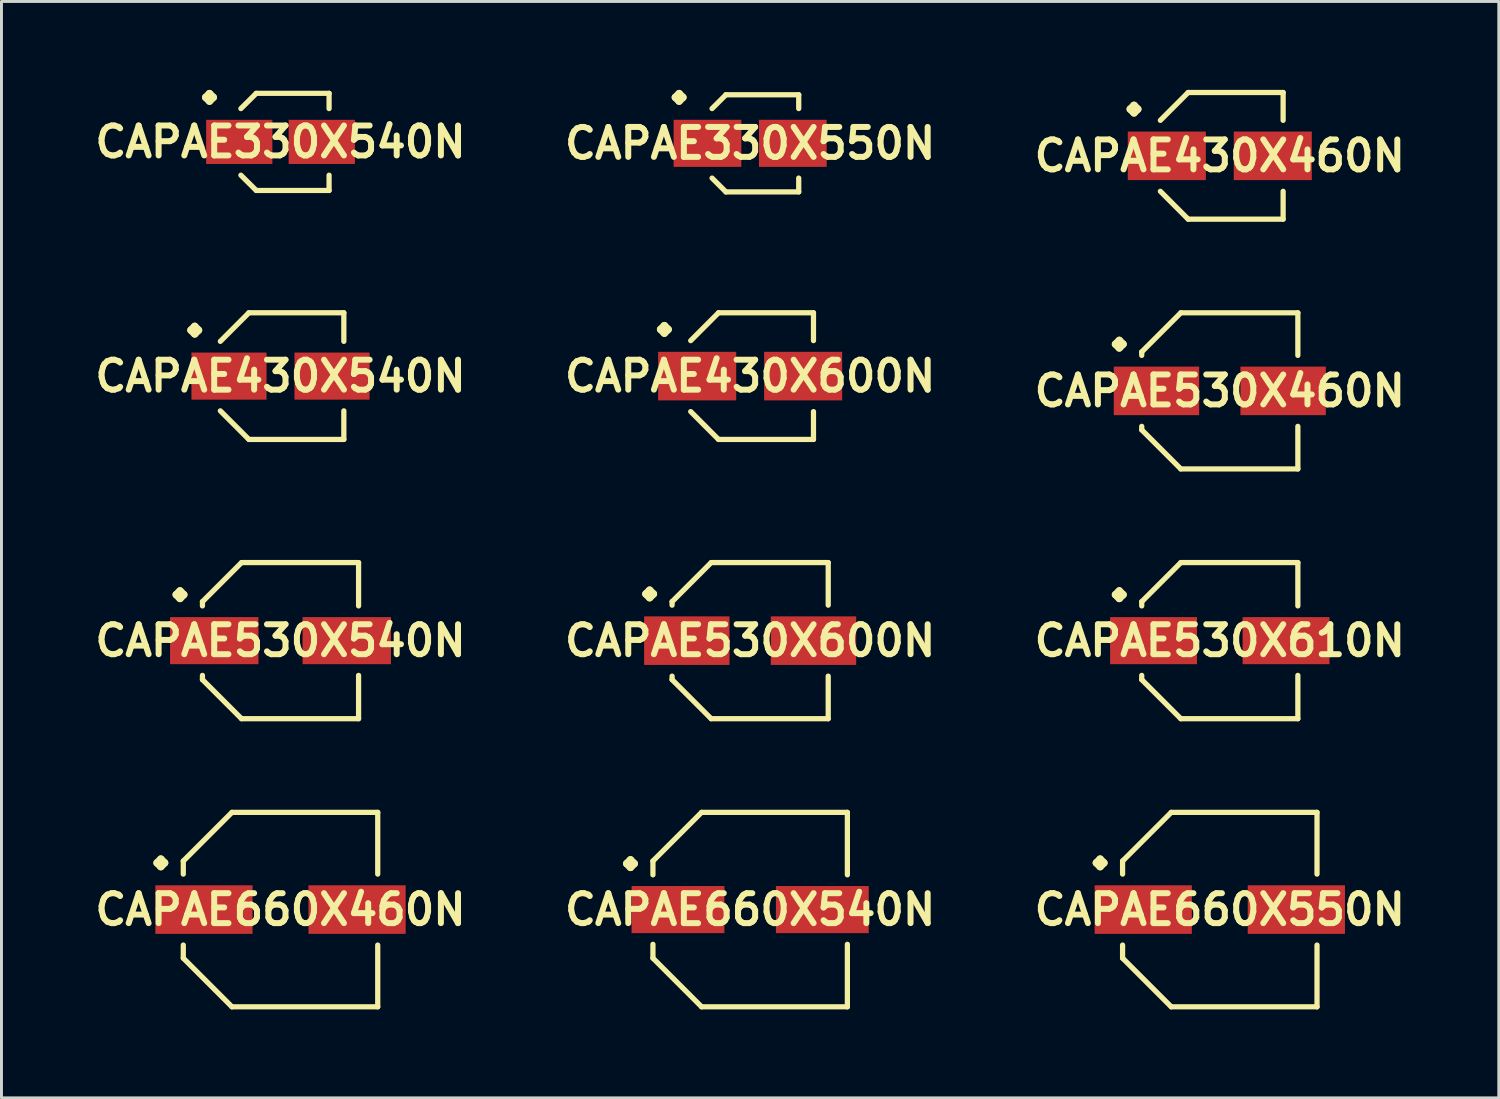
<source format=kicad_pcb>
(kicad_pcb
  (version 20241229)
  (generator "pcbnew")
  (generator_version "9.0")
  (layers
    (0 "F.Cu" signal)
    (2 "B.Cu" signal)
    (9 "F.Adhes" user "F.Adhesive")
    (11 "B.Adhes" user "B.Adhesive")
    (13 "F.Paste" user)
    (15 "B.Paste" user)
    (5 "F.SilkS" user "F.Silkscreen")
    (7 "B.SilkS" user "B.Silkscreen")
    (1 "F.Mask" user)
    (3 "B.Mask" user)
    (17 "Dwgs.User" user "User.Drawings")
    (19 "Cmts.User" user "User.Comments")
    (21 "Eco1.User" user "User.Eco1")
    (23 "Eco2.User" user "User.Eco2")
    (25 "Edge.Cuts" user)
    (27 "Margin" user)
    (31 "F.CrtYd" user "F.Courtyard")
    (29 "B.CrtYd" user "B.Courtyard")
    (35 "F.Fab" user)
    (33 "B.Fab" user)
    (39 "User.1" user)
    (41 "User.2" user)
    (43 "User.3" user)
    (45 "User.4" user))
  (footprint "CAPAE530X540N"
    (layer "F.Cu")
    (at 6.469 18.69)
    (property "Reference" "CAPAE530X540N" (at 0 0 0) (layer "F.SilkS") (effects (font (size 1.016 1.016) (thickness 0.203))))
    (attr smd)
    (fp_line (start -3.538 -1.56) (end -3.411 -1.687) (stroke (width 0.254) (type solid)) (layer "F.SilkS"))
    (fp_line (start -3.411 -1.687) (end -3.284 -1.56) (stroke (width 0.254) (type solid)) (layer "F.SilkS"))
    (fp_line (start -3.411 -1.433) (end -3.538 -1.56) (stroke (width 0.254) (type solid)) (layer "F.SilkS"))
    (fp_line (start -3.284 -1.56) (end -3.411 -1.433) (stroke (width 0.254) (type solid)) (layer "F.SilkS"))
    (fp_line (start -2.649 -1.323) (end -2.649 -1.179) (stroke (width 0.178) (type solid)) (layer "F.SilkS"))
    (fp_line (start -2.649 1.323) (end -2.649 1.179) (stroke (width 0.178) (type solid)) (layer "F.SilkS"))
    (fp_line (start -1.323 -2.649) (end -2.649 -1.323) (stroke (width 0.178) (type solid)) (layer "F.SilkS"))
    (fp_line (start -1.323 2.649) (end -2.649 1.323) (stroke (width 0.178) (type solid)) (layer "F.SilkS"))
    (fp_line (start 2.649 -2.649) (end -1.323 -2.649) (stroke (width 0.178) (type solid)) (layer "F.SilkS"))
    (fp_line (start 2.649 -1.179) (end 2.649 -2.649) (stroke (width 0.178) (type solid)) (layer "F.SilkS"))
    (fp_line (start 2.649 1.179) (end 2.649 2.649) (stroke (width 0.178) (type solid)) (layer "F.SilkS"))
    (fp_line (start 2.649 2.649) (end -1.323 2.649) (stroke (width 0.178) (type solid)) (layer "F.SilkS"))
    (pad "1" smd rect (at -2.248 0) (size 3 1.598) (layers "F.Cu" "F.Mask" "F.Paste"))
    (pad "2" smd rect (at 2.248 0) (size 3 1.598) (layers "F.Cu" "F.Mask" "F.Paste")))
  (footprint "CAPAE530X460N"
    (layer "F.Cu")
    (at 38.343 10.214)
    (property "Reference" "CAPAE530X460N" (at 0 0 0) (layer "F.SilkS") (effects (font (size 1.016 1.016) (thickness 0.203))))
    (attr smd)
    (fp_line (start -3.538 -1.585) (end -3.411 -1.712) (stroke (width 0.254) (type solid)) (layer "F.SilkS"))
    (fp_line (start -3.411 -1.712) (end -3.284 -1.585) (stroke (width 0.254) (type solid)) (layer "F.SilkS"))
    (fp_line (start -3.411 -1.458) (end -3.538 -1.585) (stroke (width 0.254) (type solid)) (layer "F.SilkS"))
    (fp_line (start -3.284 -1.585) (end -3.411 -1.458) (stroke (width 0.254) (type solid)) (layer "F.SilkS"))
    (fp_line (start -2.649 -1.323) (end -2.649 -1.204) (stroke (width 0.178) (type solid)) (layer "F.SilkS"))
    (fp_line (start -2.649 1.323) (end -2.649 1.204) (stroke (width 0.178) (type solid)) (layer "F.SilkS"))
    (fp_line (start -1.323 -2.649) (end -2.649 -1.323) (stroke (width 0.178) (type solid)) (layer "F.SilkS"))
    (fp_line (start -1.323 2.649) (end -2.649 1.323) (stroke (width 0.178) (type solid)) (layer "F.SilkS"))
    (fp_line (start 2.649 -2.649) (end -1.323 -2.649) (stroke (width 0.178) (type solid)) (layer "F.SilkS"))
    (fp_line (start 2.649 -1.204) (end 2.649 -2.649) (stroke (width 0.178) (type solid)) (layer "F.SilkS"))
    (fp_line (start 2.649 1.204) (end 2.649 2.649) (stroke (width 0.178) (type solid)) (layer "F.SilkS"))
    (fp_line (start 2.649 2.649) (end -1.323 2.649) (stroke (width 0.178) (type solid)) (layer "F.SilkS"))
    (pad "1" smd rect (at -2.149 0) (size 2.898 1.648) (layers "F.Cu" "F.Mask" "F.Paste"))
    (pad "2" smd rect (at 2.149 0) (size 2.898 1.648) (layers "F.Cu" "F.Mask" "F.Paste")))
  (footprint "CAPAE430X540N"
    (layer "F.Cu")
    (at 6.469 9.713)
    (property "Reference" "CAPAE430X540N" (at 0 0 0) (layer "F.SilkS") (effects (font (size 1.016 1.016) (thickness 0.203))))
    (attr smd)
    (fp_line (start -3.038 -1.56) (end -2.911 -1.687) (stroke (width 0.254) (type solid)) (layer "F.SilkS"))
    (fp_line (start -2.911 -1.687) (end -2.784 -1.56) (stroke (width 0.254) (type solid)) (layer "F.SilkS"))
    (fp_line (start -2.911 -1.433) (end -3.038 -1.56) (stroke (width 0.254) (type solid)) (layer "F.SilkS"))
    (fp_line (start -2.784 -1.56) (end -2.911 -1.433) (stroke (width 0.254) (type solid)) (layer "F.SilkS"))
    (fp_line (start -1.074 -2.149) (end -2.042 -1.179) (stroke (width 0.178) (type solid)) (layer "F.SilkS"))
    (fp_line (start -1.074 2.149) (end -2.042 1.179) (stroke (width 0.178) (type solid)) (layer "F.SilkS"))
    (fp_line (start 2.149 -2.149) (end -1.074 -2.149) (stroke (width 0.178) (type solid)) (layer "F.SilkS"))
    (fp_line (start 2.149 -1.179) (end 2.149 -2.149) (stroke (width 0.178) (type solid)) (layer "F.SilkS"))
    (fp_line (start 2.149 1.179) (end 2.149 2.149) (stroke (width 0.178) (type solid)) (layer "F.SilkS"))
    (fp_line (start 2.149 2.149) (end -1.074 2.149) (stroke (width 0.178) (type solid)) (layer "F.SilkS"))
    (pad "1" smd rect (at -1.748 0) (size 2.548 1.598) (layers "F.Cu" "F.Mask" "F.Paste"))
    (pad "2" smd rect (at 1.748 0) (size 2.548 1.598) (layers "F.Cu" "F.Mask" "F.Paste")))
  (footprint "CAPAE660X460N"
    (layer "F.Cu")
    (at 6.469 27.816)
    (property "Reference" "CAPAE660X460N" (at 0 0 0) (layer "F.SilkS") (effects (font (size 1.016 1.016) (thickness 0.203))))
    (attr smd)
    (fp_line (start -4.188 -1.585) (end -4.061 -1.712) (stroke (width 0.254) (type solid)) (layer "F.SilkS"))
    (fp_line (start -4.061 -1.712) (end -3.934 -1.585) (stroke (width 0.254) (type solid)) (layer "F.SilkS"))
    (fp_line (start -4.061 -1.458) (end -4.188 -1.585) (stroke (width 0.254) (type solid)) (layer "F.SilkS"))
    (fp_line (start -3.934 -1.585) (end -4.061 -1.458) (stroke (width 0.254) (type solid)) (layer "F.SilkS"))
    (fp_line (start -3.299 -1.648) (end -3.299 -1.204) (stroke (width 0.178) (type solid)) (layer "F.SilkS"))
    (fp_line (start -3.299 1.648) (end -3.299 1.204) (stroke (width 0.178) (type solid)) (layer "F.SilkS"))
    (fp_line (start -1.648 -3.299) (end -3.299 -1.648) (stroke (width 0.178) (type solid)) (layer "F.SilkS"))
    (fp_line (start -1.648 3.299) (end -3.299 1.648) (stroke (width 0.178) (type solid)) (layer "F.SilkS"))
    (fp_line (start 3.299 -3.299) (end -1.648 -3.299) (stroke (width 0.178) (type solid)) (layer "F.SilkS"))
    (fp_line (start 3.299 -1.204) (end 3.299 -3.299) (stroke (width 0.178) (type solid)) (layer "F.SilkS"))
    (fp_line (start 3.299 1.204) (end 3.299 3.299) (stroke (width 0.178) (type solid)) (layer "F.SilkS"))
    (fp_line (start 3.299 3.299) (end -1.648 3.299) (stroke (width 0.178) (type solid)) (layer "F.SilkS"))
    (pad "1" smd rect (at -2.598 0) (size 3.299 1.648) (layers "F.Cu" "F.Mask" "F.Paste"))
    (pad "2" smd rect (at 2.598 0) (size 3.299 1.648) (layers "F.Cu" "F.Mask" "F.Paste")))
  (footprint "CAPAE330X550N"
    (layer "F.Cu")
    (at 22.406 1.814)
    (property "Reference" "CAPAE330X550N" (at 0 0 0) (layer "F.SilkS") (effects (font (size 1.016 1.016) (thickness 0.203))))
    (attr smd)
    (fp_line (start -2.537 -1.56) (end -2.41 -1.687) (stroke (width 0.254) (type solid)) (layer "F.SilkS"))
    (fp_line (start -2.41 -1.687) (end -2.283 -1.56) (stroke (width 0.254) (type solid)) (layer "F.SilkS"))
    (fp_line (start -2.41 -1.433) (end -2.537 -1.56) (stroke (width 0.254) (type solid)) (layer "F.SilkS"))
    (fp_line (start -2.283 -1.56) (end -2.41 -1.433) (stroke (width 0.254) (type solid)) (layer "F.SilkS"))
    (fp_line (start -0.823 -1.648) (end -1.293 -1.179) (stroke (width 0.178) (type solid)) (layer "F.SilkS"))
    (fp_line (start -0.823 1.648) (end -1.293 1.179) (stroke (width 0.178) (type solid)) (layer "F.SilkS"))
    (fp_line (start 1.648 -1.648) (end -0.823 -1.648) (stroke (width 0.178) (type solid)) (layer "F.SilkS"))
    (fp_line (start 1.648 -1.179) (end 1.648 -1.648) (stroke (width 0.178) (type solid)) (layer "F.SilkS"))
    (fp_line (start 1.648 1.179) (end 1.648 1.648) (stroke (width 0.178) (type solid)) (layer "F.SilkS"))
    (fp_line (start 1.648 1.648) (end -0.823 1.648) (stroke (width 0.178) (type solid)) (layer "F.SilkS"))
    (pad "1" smd rect (at -1.448 0) (size 2.299 1.598) (layers "F.Cu" "F.Mask" "F.Paste"))
    (pad "2" smd rect (at 1.448 0) (size 2.299 1.598) (layers "F.Cu" "F.Mask" "F.Paste")))
  (footprint "CAPAE660X540N"
    (layer "F.Cu")
    (at 22.406 27.816)
    (property "Reference" "CAPAE660X540N" (at 0 0 0) (layer "F.SilkS") (effects (font (size 1.016 1.016) (thickness 0.203))))
    (attr smd)
    (fp_line (start -4.188 -1.56) (end -4.061 -1.687) (stroke (width 0.254) (type solid)) (layer "F.SilkS"))
    (fp_line (start -4.061 -1.687) (end -3.934 -1.56) (stroke (width 0.254) (type solid)) (layer "F.SilkS"))
    (fp_line (start -4.061 -1.433) (end -4.188 -1.56) (stroke (width 0.254) (type solid)) (layer "F.SilkS"))
    (fp_line (start -3.934 -1.56) (end -4.061 -1.433) (stroke (width 0.254) (type solid)) (layer "F.SilkS"))
    (fp_line (start -3.299 -1.648) (end -3.299 -1.179) (stroke (width 0.178) (type solid)) (layer "F.SilkS"))
    (fp_line (start -3.299 1.648) (end -3.299 1.179) (stroke (width 0.178) (type solid)) (layer "F.SilkS"))
    (fp_line (start -1.648 -3.299) (end -3.299 -1.648) (stroke (width 0.178) (type solid)) (layer "F.SilkS"))
    (fp_line (start -1.648 3.299) (end -3.299 1.648) (stroke (width 0.178) (type solid)) (layer "F.SilkS"))
    (fp_line (start 3.299 -3.299) (end -1.648 -3.299) (stroke (width 0.178) (type solid)) (layer "F.SilkS"))
    (fp_line (start 3.299 -1.179) (end 3.299 -3.299) (stroke (width 0.178) (type solid)) (layer "F.SilkS"))
    (fp_line (start 3.299 1.179) (end 3.299 3.299) (stroke (width 0.178) (type solid)) (layer "F.SilkS"))
    (fp_line (start 3.299 3.299) (end -1.648 3.299) (stroke (width 0.178) (type solid)) (layer "F.SilkS"))
    (pad "1" smd rect (at -2.449 0) (size 3.15 1.598) (layers "F.Cu" "F.Mask" "F.Paste"))
    (pad "2" smd rect (at 2.449 0) (size 3.15 1.598) (layers "F.Cu" "F.Mask" "F.Paste")))
  (footprint "CAPAE530X600N"
    (layer "F.Cu")
    (at 22.406 18.69)
    (property "Reference" "CAPAE530X600N" (at 0 0 0) (layer "F.SilkS") (effects (font (size 1.016 1.016) (thickness 0.203))))
    (attr smd)
    (fp_line (start -3.538 -1.585) (end -3.411 -1.712) (stroke (width 0.254) (type solid)) (layer "F.SilkS"))
    (fp_line (start -3.411 -1.712) (end -3.284 -1.585) (stroke (width 0.254) (type solid)) (layer "F.SilkS"))
    (fp_line (start -3.411 -1.458) (end -3.538 -1.585) (stroke (width 0.254) (type solid)) (layer "F.SilkS"))
    (fp_line (start -3.284 -1.585) (end -3.411 -1.458) (stroke (width 0.254) (type solid)) (layer "F.SilkS"))
    (fp_line (start -2.649 -1.323) (end -2.649 -1.204) (stroke (width 0.178) (type solid)) (layer "F.SilkS"))
    (fp_line (start -2.649 1.323) (end -2.649 1.204) (stroke (width 0.178) (type solid)) (layer "F.SilkS"))
    (fp_line (start -1.323 -2.649) (end -2.649 -1.323) (stroke (width 0.178) (type solid)) (layer "F.SilkS"))
    (fp_line (start -1.323 2.649) (end -2.649 1.323) (stroke (width 0.178) (type solid)) (layer "F.SilkS"))
    (fp_line (start 2.649 -2.649) (end -1.323 -2.649) (stroke (width 0.178) (type solid)) (layer "F.SilkS"))
    (fp_line (start 2.649 -1.204) (end 2.649 -2.649) (stroke (width 0.178) (type solid)) (layer "F.SilkS"))
    (fp_line (start 2.649 1.204) (end 2.649 2.649) (stroke (width 0.178) (type solid)) (layer "F.SilkS"))
    (fp_line (start 2.649 2.649) (end -1.323 2.649) (stroke (width 0.178) (type solid)) (layer "F.SilkS"))
    (pad "1" smd rect (at -2.149 0) (size 2.898 1.648) (layers "F.Cu" "F.Mask" "F.Paste"))
    (pad "2" smd rect (at 2.149 0) (size 2.898 1.648) (layers "F.Cu" "F.Mask" "F.Paste")))
  (footprint "CAPAE330X540N"
    (layer "F.Cu")
    (at 6.469 1.765)
    (property "Reference" "CAPAE330X540N" (at 0 0 0) (layer "F.SilkS") (effects (font (size 1.016 1.016) (thickness 0.203))))
    (attr smd)
    (fp_line (start -2.537 -1.511) (end -2.41 -1.638) (stroke (width 0.254) (type solid)) (layer "F.SilkS"))
    (fp_line (start -2.41 -1.638) (end -2.283 -1.511) (stroke (width 0.254) (type solid)) (layer "F.SilkS"))
    (fp_line (start -2.41 -1.384) (end -2.537 -1.511) (stroke (width 0.254) (type solid)) (layer "F.SilkS"))
    (fp_line (start -2.283 -1.511) (end -2.41 -1.384) (stroke (width 0.254) (type solid)) (layer "F.SilkS"))
    (fp_line (start -0.823 -1.648) (end -1.344 -1.13) (stroke (width 0.178) (type solid)) (layer "F.SilkS"))
    (fp_line (start -0.823 1.648) (end -1.344 1.13) (stroke (width 0.178) (type solid)) (layer "F.SilkS"))
    (fp_line (start 1.648 -1.648) (end -0.823 -1.648) (stroke (width 0.178) (type solid)) (layer "F.SilkS"))
    (fp_line (start 1.648 -1.13) (end 1.648 -1.648) (stroke (width 0.178) (type solid)) (layer "F.SilkS"))
    (fp_line (start 1.648 1.13) (end 1.648 1.648) (stroke (width 0.178) (type solid)) (layer "F.SilkS"))
    (fp_line (start 1.648 1.648) (end -0.823 1.648) (stroke (width 0.178) (type solid)) (layer "F.SilkS"))
    (pad "1" smd rect (at -1.4 0) (size 2.248 1.499) (layers "F.Cu" "F.Mask" "F.Paste"))
    (pad "2" smd rect (at 1.4 0) (size 2.248 1.499) (layers "F.Cu" "F.Mask" "F.Paste")))
  (footprint "CAPAE430X600N"
    (layer "F.Cu")
    (at 22.406 9.713)
    (property "Reference" "CAPAE430X600N" (at 0 0 0) (layer "F.SilkS") (effects (font (size 1.016 1.016) (thickness 0.203))))
    (attr smd)
    (fp_line (start -3.038 -1.585) (end -2.911 -1.712) (stroke (width 0.254) (type solid)) (layer "F.SilkS"))
    (fp_line (start -2.911 -1.712) (end -2.784 -1.585) (stroke (width 0.254) (type solid)) (layer "F.SilkS"))
    (fp_line (start -2.911 -1.458) (end -3.038 -1.585) (stroke (width 0.254) (type solid)) (layer "F.SilkS"))
    (fp_line (start -2.784 -1.585) (end -2.911 -1.458) (stroke (width 0.254) (type solid)) (layer "F.SilkS"))
    (fp_line (start -1.074 -2.149) (end -2.017 -1.204) (stroke (width 0.178) (type solid)) (layer "F.SilkS"))
    (fp_line (start -1.074 2.149) (end -2.017 1.204) (stroke (width 0.178) (type solid)) (layer "F.SilkS"))
    (fp_line (start 2.149 -2.149) (end -1.074 -2.149) (stroke (width 0.178) (type solid)) (layer "F.SilkS"))
    (fp_line (start 2.149 -1.204) (end 2.149 -2.149) (stroke (width 0.178) (type solid)) (layer "F.SilkS"))
    (fp_line (start 2.149 1.204) (end 2.149 2.149) (stroke (width 0.178) (type solid)) (layer "F.SilkS"))
    (fp_line (start 2.149 2.149) (end -1.074 2.149) (stroke (width 0.178) (type solid)) (layer "F.SilkS"))
    (pad "1" smd rect (at -1.798 0) (size 2.649 1.648) (layers "F.Cu" "F.Mask" "F.Paste"))
    (pad "2" smd rect (at 1.798 0) (size 2.649 1.648) (layers "F.Cu" "F.Mask" "F.Paste")))
  (footprint "CAPAE660X550N"
    (layer "F.Cu")
    (at 38.343 27.816)
    (property "Reference" "CAPAE660X550N" (at 0 0 0) (layer "F.SilkS") (effects (font (size 1.016 1.016) (thickness 0.203))))
    (attr smd)
    (fp_line (start -4.188 -1.585) (end -4.061 -1.712) (stroke (width 0.254) (type solid)) (layer "F.SilkS"))
    (fp_line (start -4.061 -1.712) (end -3.934 -1.585) (stroke (width 0.254) (type solid)) (layer "F.SilkS"))
    (fp_line (start -4.061 -1.458) (end -4.188 -1.585) (stroke (width 0.254) (type solid)) (layer "F.SilkS"))
    (fp_line (start -3.934 -1.585) (end -4.061 -1.458) (stroke (width 0.254) (type solid)) (layer "F.SilkS"))
    (fp_line (start -3.299 -1.648) (end -3.299 -1.204) (stroke (width 0.178) (type solid)) (layer "F.SilkS"))
    (fp_line (start -3.299 1.648) (end -3.299 1.204) (stroke (width 0.178) (type solid)) (layer "F.SilkS"))
    (fp_line (start -1.648 -3.299) (end -3.299 -1.648) (stroke (width 0.178) (type solid)) (layer "F.SilkS"))
    (fp_line (start -1.648 3.299) (end -3.299 1.648) (stroke (width 0.178) (type solid)) (layer "F.SilkS"))
    (fp_line (start 3.299 -3.299) (end -1.648 -3.299) (stroke (width 0.178) (type solid)) (layer "F.SilkS"))
    (fp_line (start 3.299 -1.204) (end 3.299 -3.299) (stroke (width 0.178) (type solid)) (layer "F.SilkS"))
    (fp_line (start 3.299 1.204) (end 3.299 3.299) (stroke (width 0.178) (type solid)) (layer "F.SilkS"))
    (fp_line (start 3.299 3.299) (end -1.648 3.299) (stroke (width 0.178) (type solid)) (layer "F.SilkS"))
    (pad "1" smd rect (at -2.598 0) (size 3.299 1.648) (layers "F.Cu" "F.Mask" "F.Paste"))
    (pad "2" smd rect (at 2.598 0) (size 3.299 1.648) (layers "F.Cu" "F.Mask" "F.Paste")))
  (footprint "CAPAE430X460N"
    (layer "F.Cu")
    (at 38.343 2.238)
    (property "Reference" "CAPAE430X460N" (at 0 0 0) (layer "F.SilkS") (effects (font (size 1.016 1.016) (thickness 0.203))))
    (attr smd)
    (fp_line (start -3.038 -1.585) (end -2.911 -1.712) (stroke (width 0.254) (type solid)) (layer "F.SilkS"))
    (fp_line (start -2.911 -1.712) (end -2.784 -1.585) (stroke (width 0.254) (type solid)) (layer "F.SilkS"))
    (fp_line (start -2.911 -1.458) (end -3.038 -1.585) (stroke (width 0.254) (type solid)) (layer "F.SilkS"))
    (fp_line (start -2.784 -1.585) (end -2.911 -1.458) (stroke (width 0.254) (type solid)) (layer "F.SilkS"))
    (fp_line (start -1.074 -2.149) (end -2.017 -1.204) (stroke (width 0.178) (type solid)) (layer "F.SilkS"))
    (fp_line (start -1.074 2.149) (end -2.017 1.204) (stroke (width 0.178) (type solid)) (layer "F.SilkS"))
    (fp_line (start 2.149 -2.149) (end -1.074 -2.149) (stroke (width 0.178) (type solid)) (layer "F.SilkS"))
    (fp_line (start 2.149 -1.204) (end 2.149 -2.149) (stroke (width 0.178) (type solid)) (layer "F.SilkS"))
    (fp_line (start 2.149 1.204) (end 2.149 2.149) (stroke (width 0.178) (type solid)) (layer "F.SilkS"))
    (fp_line (start 2.149 2.149) (end -1.074 2.149) (stroke (width 0.178) (type solid)) (layer "F.SilkS"))
    (pad "1" smd rect (at -1.798 0) (size 2.649 1.648) (layers "F.Cu" "F.Mask" "F.Paste"))
    (pad "2" smd rect (at 1.798 0) (size 2.649 1.648) (layers "F.Cu" "F.Mask" "F.Paste")))
  (footprint "CAPAE530X610N"
    (layer "F.Cu")
    (at 38.343 18.69)
    (property "Reference" "CAPAE530X610N" (at 0 0 0) (layer "F.SilkS") (effects (font (size 1.016 1.016) (thickness 0.203))))
    (attr smd)
    (fp_line (start -3.538 -1.56) (end -3.411 -1.687) (stroke (width 0.254) (type solid)) (layer "F.SilkS"))
    (fp_line (start -3.411 -1.687) (end -3.284 -1.56) (stroke (width 0.254) (type solid)) (layer "F.SilkS"))
    (fp_line (start -3.411 -1.433) (end -3.538 -1.56) (stroke (width 0.254) (type solid)) (layer "F.SilkS"))
    (fp_line (start -3.284 -1.56) (end -3.411 -1.433) (stroke (width 0.254) (type solid)) (layer "F.SilkS"))
    (fp_line (start -2.649 -1.323) (end -2.649 -1.179) (stroke (width 0.178) (type solid)) (layer "F.SilkS"))
    (fp_line (start -2.649 1.323) (end -2.649 1.179) (stroke (width 0.178) (type solid)) (layer "F.SilkS"))
    (fp_line (start -1.323 -2.649) (end -2.649 -1.323) (stroke (width 0.178) (type solid)) (layer "F.SilkS"))
    (fp_line (start -1.323 2.649) (end -2.649 1.323) (stroke (width 0.178) (type solid)) (layer "F.SilkS"))
    (fp_line (start 2.649 -2.649) (end -1.323 -2.649) (stroke (width 0.178) (type solid)) (layer "F.SilkS"))
    (fp_line (start 2.649 -1.179) (end 2.649 -2.649) (stroke (width 0.178) (type solid)) (layer "F.SilkS"))
    (fp_line (start 2.649 1.179) (end 2.649 2.649) (stroke (width 0.178) (type solid)) (layer "F.SilkS"))
    (fp_line (start 2.649 2.649) (end -1.323 2.649) (stroke (width 0.178) (type solid)) (layer "F.SilkS"))
    (pad "1" smd rect (at -2.248 0) (size 2.949 1.598) (layers "F.Cu" "F.Mask" "F.Paste"))
    (pad "2" smd rect (at 2.248 0) (size 2.949 1.598) (layers "F.Cu" "F.Mask" "F.Paste")))
  (gr_rect
    (start -3 -3)
    (end 47.811 34.205)
    (stroke (width 0.1) (type default))
    (fill no)
    (layer "Edge.Cuts")))
</source>
